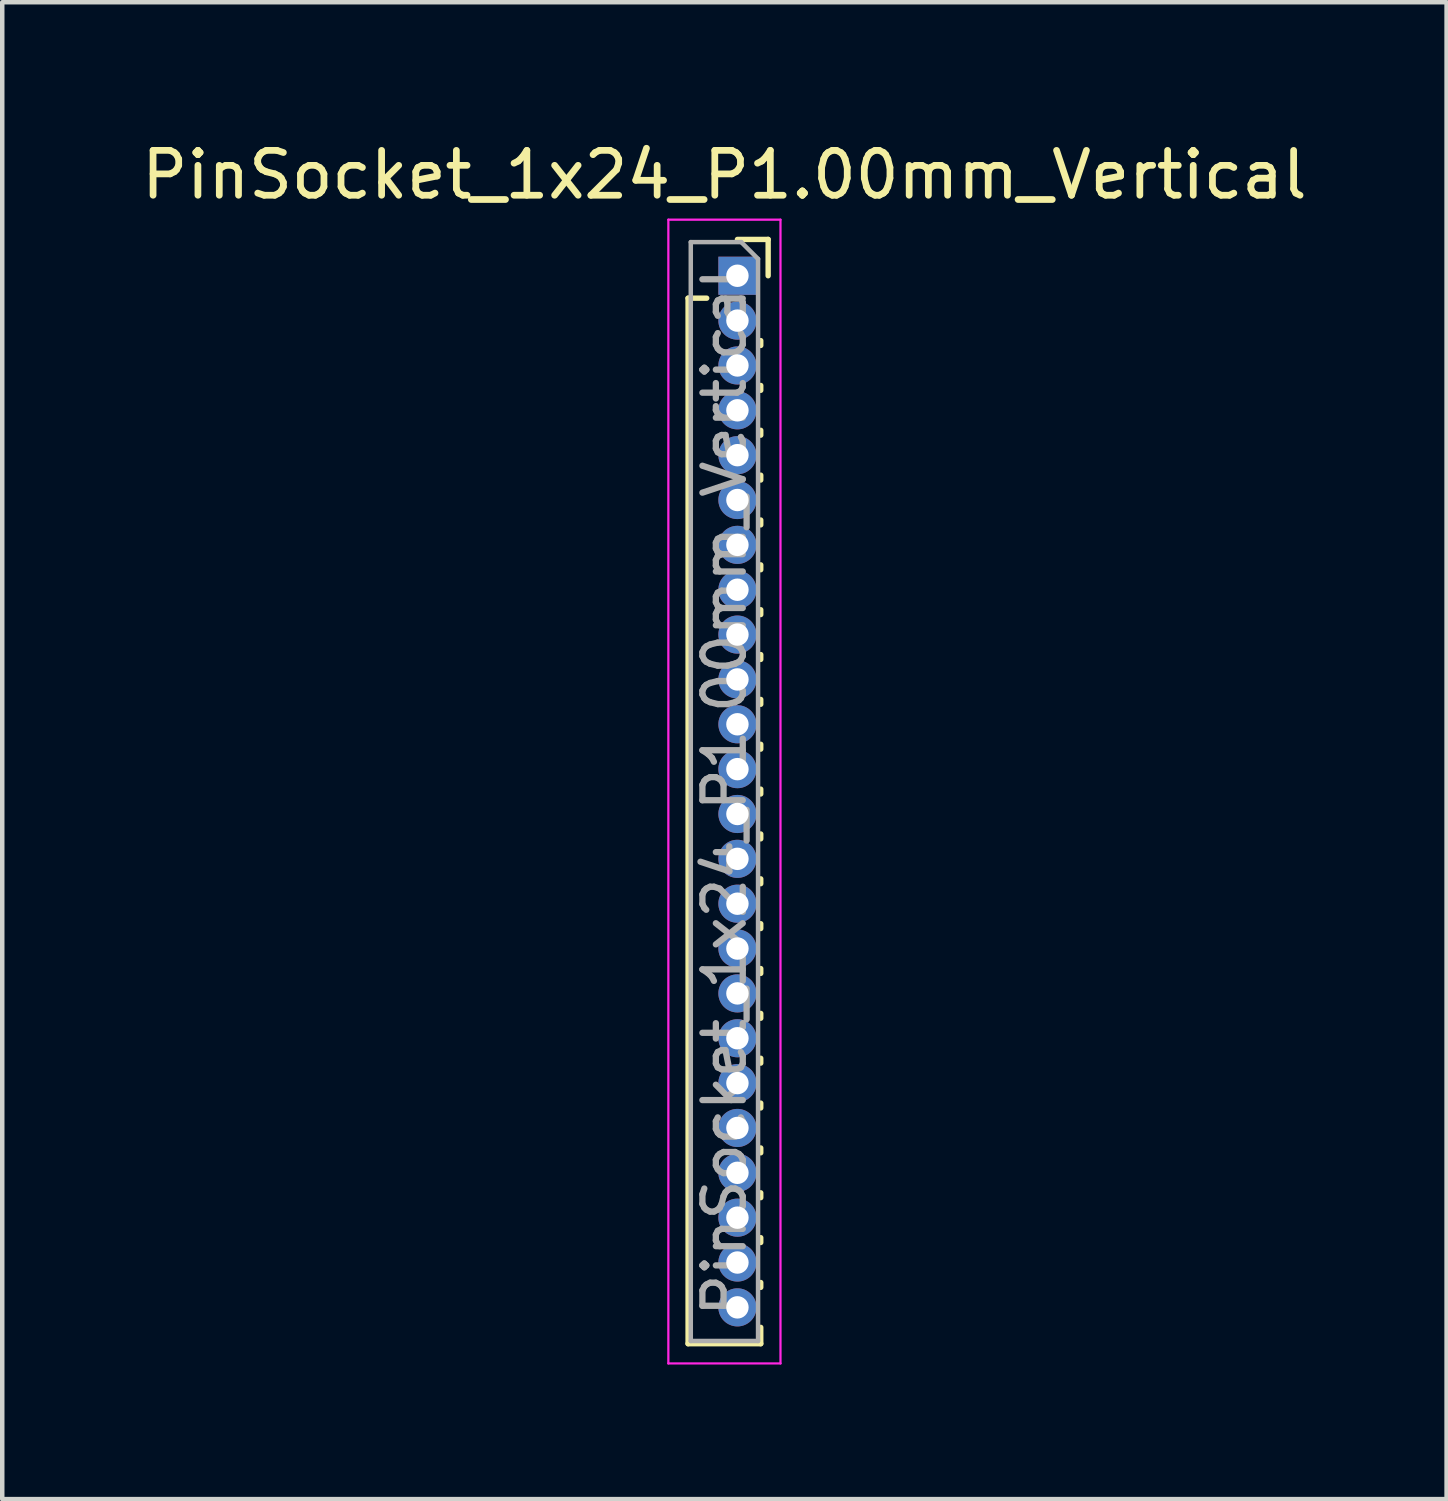
<source format=kicad_pcb>
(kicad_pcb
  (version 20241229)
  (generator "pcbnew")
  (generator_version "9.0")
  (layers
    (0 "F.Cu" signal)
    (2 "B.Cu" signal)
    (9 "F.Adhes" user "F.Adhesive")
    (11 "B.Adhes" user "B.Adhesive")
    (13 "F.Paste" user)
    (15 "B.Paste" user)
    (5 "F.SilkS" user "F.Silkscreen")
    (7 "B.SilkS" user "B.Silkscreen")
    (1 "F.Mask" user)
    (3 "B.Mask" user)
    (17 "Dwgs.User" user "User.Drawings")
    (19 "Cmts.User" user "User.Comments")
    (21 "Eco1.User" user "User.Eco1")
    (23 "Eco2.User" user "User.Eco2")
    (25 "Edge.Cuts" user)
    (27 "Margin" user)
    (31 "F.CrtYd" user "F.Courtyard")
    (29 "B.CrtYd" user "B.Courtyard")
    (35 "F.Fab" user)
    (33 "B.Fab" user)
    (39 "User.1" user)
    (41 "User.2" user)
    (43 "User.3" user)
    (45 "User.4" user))
  (footprint "PinSocket_1x24_P1.00mm_Vertical"
    (layer "F.Cu")
    (at 13.391 3.098)
    (property "Reference" "PinSocket_1x24_P1.00mm_Vertical" (at -0.29 -2.25 0) (layer "F.SilkS") (effects (font (size 1 1) (thickness 0.15))))
    (attr through_hole)
    (fp_line (start -1.1 0.5) (end -1.1 23.81) (stroke (width 0.12) (type solid)) (layer "F.SilkS"))
    (fp_line (start -1.1 0.5) (end -0.685 0.5) (stroke (width 0.12) (type solid)) (layer "F.SilkS"))
    (fp_line (start -1.1 23.81) (end 0.52 23.81) (stroke (width 0.12) (type solid)) (layer "F.SilkS"))
    (fp_line (start 0 -0.81) (end 0.685 -0.81) (stroke (width 0.12) (type solid)) (layer "F.SilkS"))
    (fp_line (start 0.52 1.446) (end 0.52 1.554) (stroke (width 0.12) (type solid)) (layer "F.SilkS"))
    (fp_line (start 0.52 2.446) (end 0.52 2.554) (stroke (width 0.12) (type solid)) (layer "F.SilkS"))
    (fp_line (start 0.52 3.446) (end 0.52 3.554) (stroke (width 0.12) (type solid)) (layer "F.SilkS"))
    (fp_line (start 0.52 4.446) (end 0.52 4.554) (stroke (width 0.12) (type solid)) (layer "F.SilkS"))
    (fp_line (start 0.52 5.446) (end 0.52 5.554) (stroke (width 0.12) (type solid)) (layer "F.SilkS"))
    (fp_line (start 0.52 6.446) (end 0.52 6.554) (stroke (width 0.12) (type solid)) (layer "F.SilkS"))
    (fp_line (start 0.52 7.446) (end 0.52 7.554) (stroke (width 0.12) (type solid)) (layer "F.SilkS"))
    (fp_line (start 0.52 8.446) (end 0.52 8.554) (stroke (width 0.12) (type solid)) (layer "F.SilkS"))
    (fp_line (start 0.52 9.446) (end 0.52 9.554) (stroke (width 0.12) (type solid)) (layer "F.SilkS"))
    (fp_line (start 0.52 10.446) (end 0.52 10.554) (stroke (width 0.12) (type solid)) (layer "F.SilkS"))
    (fp_line (start 0.52 11.446) (end 0.52 11.554) (stroke (width 0.12) (type solid)) (layer "F.SilkS"))
    (fp_line (start 0.52 12.446) (end 0.52 12.554) (stroke (width 0.12) (type solid)) (layer "F.SilkS"))
    (fp_line (start 0.52 13.446) (end 0.52 13.554) (stroke (width 0.12) (type solid)) (layer "F.SilkS"))
    (fp_line (start 0.52 14.446) (end 0.52 14.554) (stroke (width 0.12) (type solid)) (layer "F.SilkS"))
    (fp_line (start 0.52 15.446) (end 0.52 15.554) (stroke (width 0.12) (type solid)) (layer "F.SilkS"))
    (fp_line (start 0.52 16.446) (end 0.52 16.554) (stroke (width 0.12) (type solid)) (layer "F.SilkS"))
    (fp_line (start 0.52 17.446) (end 0.52 17.554) (stroke (width 0.12) (type solid)) (layer "F.SilkS"))
    (fp_line (start 0.52 18.446) (end 0.52 18.554) (stroke (width 0.12) (type solid)) (layer "F.SilkS"))
    (fp_line (start 0.52 19.446) (end 0.52 19.554) (stroke (width 0.12) (type solid)) (layer "F.SilkS"))
    (fp_line (start 0.52 20.446) (end 0.52 20.554) (stroke (width 0.12) (type solid)) (layer "F.SilkS"))
    (fp_line (start 0.52 21.446) (end 0.52 21.554) (stroke (width 0.12) (type solid)) (layer "F.SilkS"))
    (fp_line (start 0.52 22.446) (end 0.52 22.554) (stroke (width 0.12) (type solid)) (layer "F.SilkS"))
    (fp_line (start 0.52 23.446) (end 0.52 23.81) (stroke (width 0.12) (type solid)) (layer "F.SilkS"))
    (fp_line (start 0.685 -0.81) (end 0.685 0) (stroke (width 0.12) (type solid)) (layer "F.SilkS"))
    (fp_line (start -1.54 -1.25) (end 0.96 -1.25) (stroke (width 0.05) (type solid)) (layer "F.CrtYd"))
    (fp_line (start -1.54 24.25) (end -1.54 -1.25) (stroke (width 0.05) (type solid)) (layer "F.CrtYd"))
    (fp_line (start 0.96 -1.25) (end 0.96 24.25) (stroke (width 0.05) (type solid)) (layer "F.CrtYd"))
    (fp_line (start 0.96 24.25) (end -1.54 24.25) (stroke (width 0.05) (type solid)) (layer "F.CrtYd"))
    (fp_line (start -1.04 -0.75) (end 0.085 -0.75) (stroke (width 0.1) (type solid)) (layer "F.Fab"))
    (fp_line (start -1.04 23.75) (end -1.04 -0.75) (stroke (width 0.1) (type solid)) (layer "F.Fab"))
    (fp_line (start 0.085 -0.75) (end 0.46 -0.375) (stroke (width 0.1) (type solid)) (layer "F.Fab"))
    (fp_line (start 0.46 -0.375) (end 0.46 23.75) (stroke (width 0.1) (type solid)) (layer "F.Fab"))
    (fp_line (start 0.46 23.75) (end -1.04 23.75) (stroke (width 0.1) (type solid)) (layer "F.Fab"))
    (fp_text user "${REFERENCE}" (at -0.29 11.5 90) (layer "F.Fab") (effects (font (size 0.9 0.9) (thickness 0.14))))
    (pad "1" thru_hole rect (at 0 0) (size 0.85 0.85) (drill 0.5) (layers "*.Cu" "*.Mask"))
    (pad "2" thru_hole oval (at 0 1) (size 0.85 0.85) (drill 0.5) (layers "*.Cu" "*.Mask"))
    (pad "3" thru_hole oval (at 0 2) (size 0.85 0.85) (drill 0.5) (layers "*.Cu" "*.Mask"))
    (pad "4" thru_hole oval (at 0 3) (size 0.85 0.85) (drill 0.5) (layers "*.Cu" "*.Mask"))
    (pad "5" thru_hole oval (at 0 4) (size 0.85 0.85) (drill 0.5) (layers "*.Cu" "*.Mask"))
    (pad "6" thru_hole oval (at 0 5) (size 0.85 0.85) (drill 0.5) (layers "*.Cu" "*.Mask"))
    (pad "7" thru_hole oval (at 0 6) (size 0.85 0.85) (drill 0.5) (layers "*.Cu" "*.Mask"))
    (pad "8" thru_hole oval (at 0 7) (size 0.85 0.85) (drill 0.5) (layers "*.Cu" "*.Mask"))
    (pad "9" thru_hole oval (at 0 8) (size 0.85 0.85) (drill 0.5) (layers "*.Cu" "*.Mask"))
    (pad "10" thru_hole oval (at 0 9) (size 0.85 0.85) (drill 0.5) (layers "*.Cu" "*.Mask"))
    (pad "11" thru_hole oval (at 0 10) (size 0.85 0.85) (drill 0.5) (layers "*.Cu" "*.Mask"))
    (pad "12" thru_hole oval (at 0 11) (size 0.85 0.85) (drill 0.5) (layers "*.Cu" "*.Mask"))
    (pad "13" thru_hole oval (at 0 12) (size 0.85 0.85) (drill 0.5) (layers "*.Cu" "*.Mask"))
    (pad "14" thru_hole oval (at 0 13) (size 0.85 0.85) (drill 0.5) (layers "*.Cu" "*.Mask"))
    (pad "15" thru_hole oval (at 0 14) (size 0.85 0.85) (drill 0.5) (layers "*.Cu" "*.Mask"))
    (pad "16" thru_hole oval (at 0 15) (size 0.85 0.85) (drill 0.5) (layers "*.Cu" "*.Mask"))
    (pad "17" thru_hole oval (at 0 16) (size 0.85 0.85) (drill 0.5) (layers "*.Cu" "*.Mask"))
    (pad "18" thru_hole oval (at 0 17) (size 0.85 0.85) (drill 0.5) (layers "*.Cu" "*.Mask"))
    (pad "19" thru_hole oval (at 0 18) (size 0.85 0.85) (drill 0.5) (layers "*.Cu" "*.Mask"))
    (pad "20" thru_hole oval (at 0 19) (size 0.85 0.85) (drill 0.5) (layers "*.Cu" "*.Mask"))
    (pad "21" thru_hole oval (at 0 20) (size 0.85 0.85) (drill 0.5) (layers "*.Cu" "*.Mask"))
    (pad "22" thru_hole oval (at 0 21) (size 0.85 0.85) (drill 0.5) (layers "*.Cu" "*.Mask"))
    (pad "23" thru_hole oval (at 0 22) (size 0.85 0.85) (drill 0.5) (layers "*.Cu" "*.Mask"))
    (pad "24" thru_hole oval (at 0 23) (size 0.85 0.85) (drill 0.5) (layers "*.Cu" "*.Mask")))
  (gr_rect
    (start -3 -3)
    (end 29.202 30.373)
    (stroke (width 0.1) (type default))
    (fill no)
    (layer "Edge.Cuts")))
</source>
